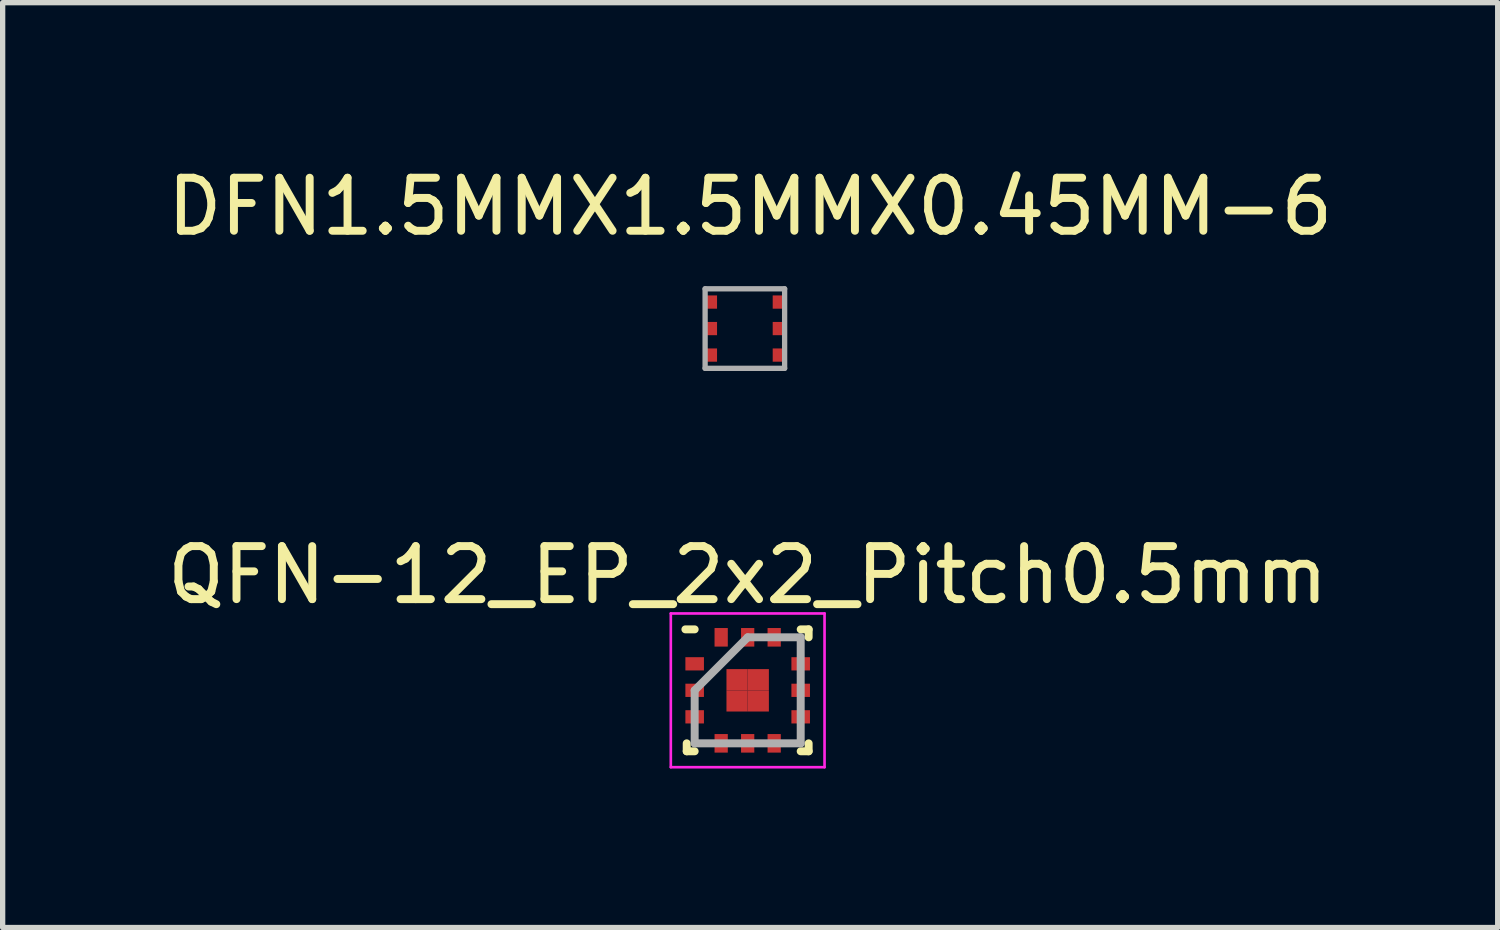
<source format=kicad_pcb>
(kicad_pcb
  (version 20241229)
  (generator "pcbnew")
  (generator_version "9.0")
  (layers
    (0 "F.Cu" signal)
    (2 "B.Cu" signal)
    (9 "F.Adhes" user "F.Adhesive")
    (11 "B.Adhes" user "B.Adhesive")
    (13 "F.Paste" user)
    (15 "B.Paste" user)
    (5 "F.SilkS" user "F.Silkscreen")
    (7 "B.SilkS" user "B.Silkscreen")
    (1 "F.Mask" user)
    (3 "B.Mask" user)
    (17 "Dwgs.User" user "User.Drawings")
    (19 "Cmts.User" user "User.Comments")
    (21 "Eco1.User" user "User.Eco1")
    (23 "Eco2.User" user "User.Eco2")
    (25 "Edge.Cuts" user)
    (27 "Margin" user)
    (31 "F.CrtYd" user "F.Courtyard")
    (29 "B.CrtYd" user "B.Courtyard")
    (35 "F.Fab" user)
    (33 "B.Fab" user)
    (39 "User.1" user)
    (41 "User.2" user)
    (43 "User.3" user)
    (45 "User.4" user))
  (footprint "DFN1.5MMX1.5MMX0.45MM-6"
    (layer "F.Cu")
    (at 11.001 3.148)
    (property "Reference" "DFN1.5MMX1.5MMX0.45MM-6" (at 0.1 -2.3 0) (layer "F.SilkS") (effects (font (size 1 1) (thickness 0.15))))
    (attr through_hole)
    (fp_line (start -0.75 -0.75) (end -0.75 0.75) (stroke (width 0.1) (type solid)) (layer "F.Fab"))
    (fp_line (start -0.75 0.75) (end 0.75 0.75) (stroke (width 0.1) (type solid)) (layer "F.Fab"))
    (fp_line (start 0.75 -0.75) (end -0.75 -0.75) (stroke (width 0.1) (type solid)) (layer "F.Fab"))
    (fp_line (start 0.75 0.75) (end 0.75 -0.75) (stroke (width 0.1) (type solid)) (layer "F.Fab"))
    (pad "1" smd rect (at -0.65 -0.5) (size 0.25 0.25) (layers "F.Cu" "F.Mask" "F.Paste"))
    (pad "2" smd rect (at -0.65 0) (size 0.25 0.25) (layers "F.Cu" "F.Mask" "F.Paste"))
    (pad "3" smd rect (at -0.65 0.5) (size 0.25 0.25) (layers "F.Cu" "F.Mask" "F.Paste"))
    (pad "4" smd rect (at 0.65 0.5) (size 0.25 0.25) (layers "F.Cu" "F.Mask" "F.Paste"))
    (pad "5" smd rect (at 0.65 0) (size 0.25 0.25) (layers "F.Cu" "F.Mask" "F.Paste"))
    (pad "6" smd rect (at 0.65 -0.5) (size 0.25 0.25) (layers "F.Cu" "F.Mask" "F.Paste")))
  (footprint "QFN-12_EP_2x2_Pitch0.5mm"
    (layer "F.Cu")
    (at 11.054 9.972)
    (property "Reference" "QFN-12_EP_2x2_Pitch0.5mm" (at 0 -2.175 0) (layer "F.SilkS") (effects (font (size 1 1) (thickness 0.15))))
    (attr smd)
    (fp_line (start -1.15 1.15) (end -1.15 1) (stroke (width 0.15) (type solid)) (layer "F.SilkS"))
    (fp_line (start -1 -1.15) (end -1.175 -1.15) (stroke (width 0.15) (type solid)) (layer "F.SilkS"))
    (fp_line (start -1 1.15) (end -1.15 1.15) (stroke (width 0.15) (type solid)) (layer "F.SilkS"))
    (fp_line (start 1 -1.15) (end 1.15 -1.15) (stroke (width 0.15) (type solid)) (layer "F.SilkS"))
    (fp_line (start 1 1.15) (end 1.15 1.15) (stroke (width 0.15) (type solid)) (layer "F.SilkS"))
    (fp_line (start 1.15 -1.15) (end 1.15 -1) (stroke (width 0.15) (type solid)) (layer "F.SilkS"))
    (fp_line (start 1.15 1.15) (end 1.15 1) (stroke (width 0.15) (type solid)) (layer "F.SilkS"))
    (fp_line (start -1.45 -1.45) (end 1.45 -1.45) (stroke (width 0.05) (type solid)) (layer "F.CrtYd"))
    (fp_line (start -1.45 1.45) (end -1.45 -1.45) (stroke (width 0.05) (type solid)) (layer "F.CrtYd"))
    (fp_line (start 1.45 -1.45) (end 1.45 1.45) (stroke (width 0.05) (type solid)) (layer "F.CrtYd"))
    (fp_line (start 1.45 1.45) (end -1.45 1.45) (stroke (width 0.05) (type solid)) (layer "F.CrtYd"))
    (fp_line (start -1 0) (end -1 1) (stroke (width 0.15) (type solid)) (layer "F.Fab"))
    (fp_line (start -1 1) (end 1 1) (stroke (width 0.15) (type solid)) (layer "F.Fab"))
    (fp_line (start 0 -1) (end -1 0) (stroke (width 0.15) (type solid)) (layer "F.Fab"))
    (fp_line (start 1 -1) (end 0 -1) (stroke (width 0.15) (type solid)) (layer "F.Fab"))
    (fp_line (start 1 1) (end 1 -1) (stroke (width 0.15) (type solid)) (layer "F.Fab"))
    (pad "1" smd rect (at -1 -0.5 90) (size 0.25 0.35) (layers "F.Cu" "F.Mask" "F.Paste"))
    (pad "2" smd rect (at -1 0 90) (size 0.25 0.35) (layers "F.Cu" "F.Mask" "F.Paste"))
    (pad "3" smd rect (at -1 0.5 90) (size 0.25 0.35) (layers "F.Cu" "F.Mask" "F.Paste"))
    (pad "4" smd rect (at -0.5 1) (size 0.25 0.35) (layers "F.Cu" "F.Mask" "F.Paste"))
    (pad "5" smd rect (at 0 1) (size 0.25 0.35) (layers "F.Cu" "F.Mask" "F.Paste"))
    (pad "6" smd rect (at 0.5 1) (size 0.25 0.35) (layers "F.Cu" "F.Mask" "F.Paste"))
    (pad "7" smd rect (at 1 0.5 90) (size 0.25 0.35) (layers "F.Cu" "F.Mask" "F.Paste"))
    (pad "8" smd rect (at 1 0 90) (size 0.25 0.35) (layers "F.Cu" "F.Mask" "F.Paste"))
    (pad "9" smd rect (at 1 -0.5 90) (size 0.25 0.35) (layers "F.Cu" "F.Mask" "F.Paste"))
    (pad "10" smd rect (at 0.5 -1) (size 0.25 0.35) (layers "F.Cu" "F.Mask" "F.Paste"))
    (pad "11" smd rect (at 0 -1) (size 0.25 0.35) (layers "F.Cu" "F.Mask" "F.Paste"))
    (pad "12" smd rect (at -0.5 -1) (size 0.25 0.35) (layers "F.Cu" "F.Mask" "F.Paste"))
    (pad "13" smd rect (at -0.2 -0.2) (size 0.4 0.4) (layers "F.Cu" "F.Mask" "F.Paste"))
    (pad "13" smd rect (at -0.2 0.2) (size 0.4 0.4) (layers "F.Cu" "F.Mask" "F.Paste"))
    (pad "13" smd rect (at 0.2 -0.2) (size 0.4 0.4) (layers "F.Cu" "F.Mask" "F.Paste"))
    (pad "13" smd rect (at 0.2 0.2) (size 0.4 0.4) (layers "F.Cu" "F.Mask" "F.Paste")))
  (gr_rect
    (start -3 -3)
    (end 25.202 14.447)
    (stroke (width 0.1) (type default))
    (fill no)
    (layer "Edge.Cuts")))
</source>
